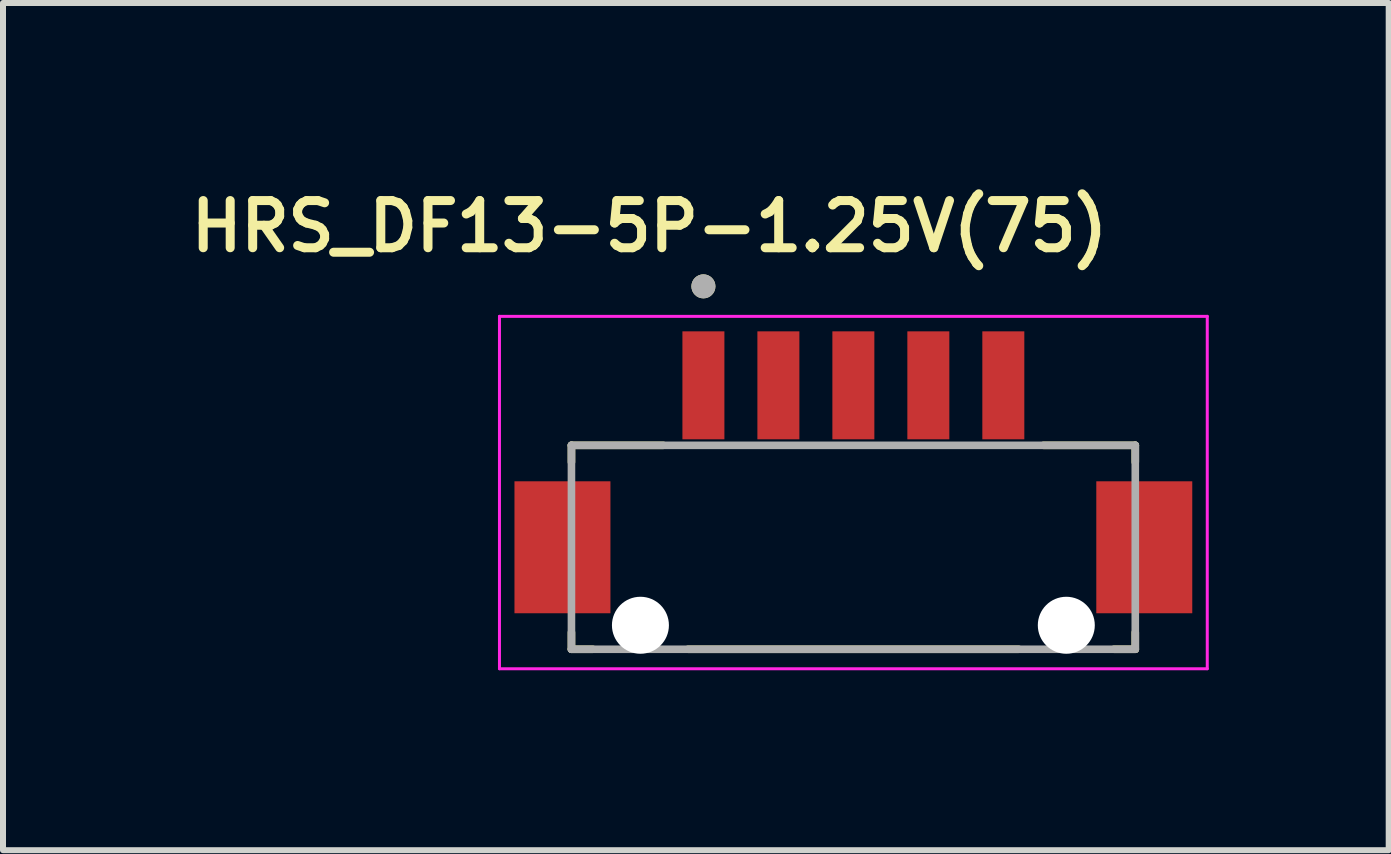
<source format=kicad_pcb>
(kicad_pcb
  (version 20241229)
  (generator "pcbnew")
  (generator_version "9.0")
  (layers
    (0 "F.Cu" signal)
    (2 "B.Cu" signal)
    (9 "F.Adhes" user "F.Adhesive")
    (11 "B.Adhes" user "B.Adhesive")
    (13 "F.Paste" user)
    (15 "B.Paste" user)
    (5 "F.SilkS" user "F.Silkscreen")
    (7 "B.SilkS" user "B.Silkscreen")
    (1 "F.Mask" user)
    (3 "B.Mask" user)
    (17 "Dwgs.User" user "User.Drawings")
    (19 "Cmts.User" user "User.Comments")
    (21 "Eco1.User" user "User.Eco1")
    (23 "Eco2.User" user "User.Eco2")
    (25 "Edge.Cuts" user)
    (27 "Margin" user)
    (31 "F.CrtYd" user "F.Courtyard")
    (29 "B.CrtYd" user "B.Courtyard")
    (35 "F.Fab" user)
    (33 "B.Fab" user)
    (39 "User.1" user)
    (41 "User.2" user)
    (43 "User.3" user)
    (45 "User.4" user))
  (footprint "HRS_DF13-5P-1.25V(75)"
    (layer "F.Cu")
    (at 11.177 7.374)
    (property "Reference" "HRS_DF13-5P-1.25V(75)" (at -3.4 -6.65 0) (layer "F.SilkS") (effects (font (size 0.787 0.787) (thickness 0.15))))
    (attr through_hole)
    (fp_line (start -4.7 -3) (end -4.7 -2.72) (stroke (width 0.127) (type solid)) (layer "F.SilkS"))
    (fp_line (start -4.7 0.4) (end -4.7 0.12) (stroke (width 0.127) (type solid)) (layer "F.SilkS"))
    (fp_line (start -4.7 0.4) (end -4.345 0.4) (stroke (width 0.127) (type solid)) (layer "F.SilkS"))
    (fp_line (start -3.17 -3) (end -4.7 -3) (stroke (width 0.127) (type solid)) (layer "F.SilkS"))
    (fp_line (start -2.755 0.4) (end 2.755 0.4) (stroke (width 0.127) (type solid)) (layer "F.SilkS"))
    (fp_line (start 4.345 0.4) (end 4.7 0.4) (stroke (width 0.127) (type solid)) (layer "F.SilkS"))
    (fp_line (start 4.7 -3) (end 3.17 -3) (stroke (width 0.127) (type solid)) (layer "F.SilkS"))
    (fp_line (start 4.7 -2.72) (end 4.7 -3) (stroke (width 0.127) (type solid)) (layer "F.SilkS"))
    (fp_line (start 4.7 0.4) (end 4.7 0.12) (stroke (width 0.127) (type solid)) (layer "F.SilkS"))
    (fp_circle (center -2.5 -5.65) (end -2.4 -5.65) (stroke (width 0.2) (type solid)) (fill no) (layer "F.SilkS"))
    (fp_line (start -5.9 -5.15) (end -5.9 0.725) (stroke (width 0.05) (type solid)) (layer "F.CrtYd"))
    (fp_line (start -5.9 0.725) (end 5.9 0.725) (stroke (width 0.05) (type solid)) (layer "F.CrtYd"))
    (fp_line (start 5.9 -5.15) (end -5.9 -5.15) (stroke (width 0.05) (type solid)) (layer "F.CrtYd"))
    (fp_line (start 5.9 0.725) (end 5.9 -5.15) (stroke (width 0.05) (type solid)) (layer "F.CrtYd"))
    (fp_line (start -4.7 -3) (end -4.7 0.4) (stroke (width 0.127) (type solid)) (layer "F.Fab"))
    (fp_line (start -4.7 0.4) (end 4.7 0.4) (stroke (width 0.127) (type solid)) (layer "F.Fab"))
    (fp_line (start 4.7 -3) (end -4.7 -3) (stroke (width 0.127) (type solid)) (layer "F.Fab"))
    (fp_line (start 4.7 0.4) (end 4.7 -3) (stroke (width 0.127) (type solid)) (layer "F.Fab"))
    (fp_circle (center -2.5 -5.65) (end -2.4 -5.65) (stroke (width 0.2) (type solid)) (fill no) (layer "F.Fab"))
    (pad "" np_thru_hole circle (at -3.55 0) (size 0.95 0.95) (drill 0.95) (layers "*.Cu" "*.Mask"))
    (pad "" np_thru_hole circle (at 3.55 0) (size 0.95 0.95) (drill 0.95) (layers "*.Cu" "*.Mask"))
    (pad "1" smd rect (at -2.5 -4) (size 0.7 1.8) (layers "F.Cu" "F.Mask" "F.Paste"))
    (pad "2" smd rect (at -1.25 -4) (size 0.7 1.8) (layers "F.Cu" "F.Mask" "F.Paste"))
    (pad "3" smd rect (at 0 -4) (size 0.7 1.8) (layers "F.Cu" "F.Mask" "F.Paste"))
    (pad "4" smd rect (at 1.25 -4) (size 0.7 1.8) (layers "F.Cu" "F.Mask" "F.Paste"))
    (pad "5" smd rect (at 2.5 -4) (size 0.7 1.8) (layers "F.Cu" "F.Mask" "F.Paste"))
    (pad "S1" smd rect (at -4.85 -1.3) (size 1.6 2.2) (layers "F.Cu" "F.Mask" "F.Paste"))
    (pad "S2" smd rect (at 4.85 -1.3) (size 1.6 2.2) (layers "F.Cu" "F.Mask" "F.Paste"))
    (zone (net_name "") (layer "F.Cu") (hatch full 0.508) (connect_pads) (min_thickness 0.01) (filled_areas_thickness no) (keepout (tracks not_allowed) (vias not_allowed) (pads not_allowed) (copperpour not_allowed) (footprints allowed)) (placement (enabled no)) (fill) (polygon (pts (xy 8.327 4.374) (xy 14.027 4.374) (xy 14.027 6.744) (xy 8.327 6.744))))
    (zone (net_name "") (layers "F.Cu" "B.Cu") (hatch full 0.508) (connect_pads) (min_thickness 0.01) (filled_areas_thickness no) (keepout (tracks allowed) (vias not_allowed) (pads allowed) (copperpour allowed) (footprints allowed)) (placement (enabled no)) (fill) (polygon (pts (xy 8.327 4.374) (xy 14.027 4.374) (xy 14.027 6.744) (xy 8.327 6.744)))))
  (gr_rect
    (start -3 -3)
    (end 20.102 11.124)
    (stroke (width 0.1) (type default))
    (fill no)
    (layer "Edge.Cuts")))
</source>
